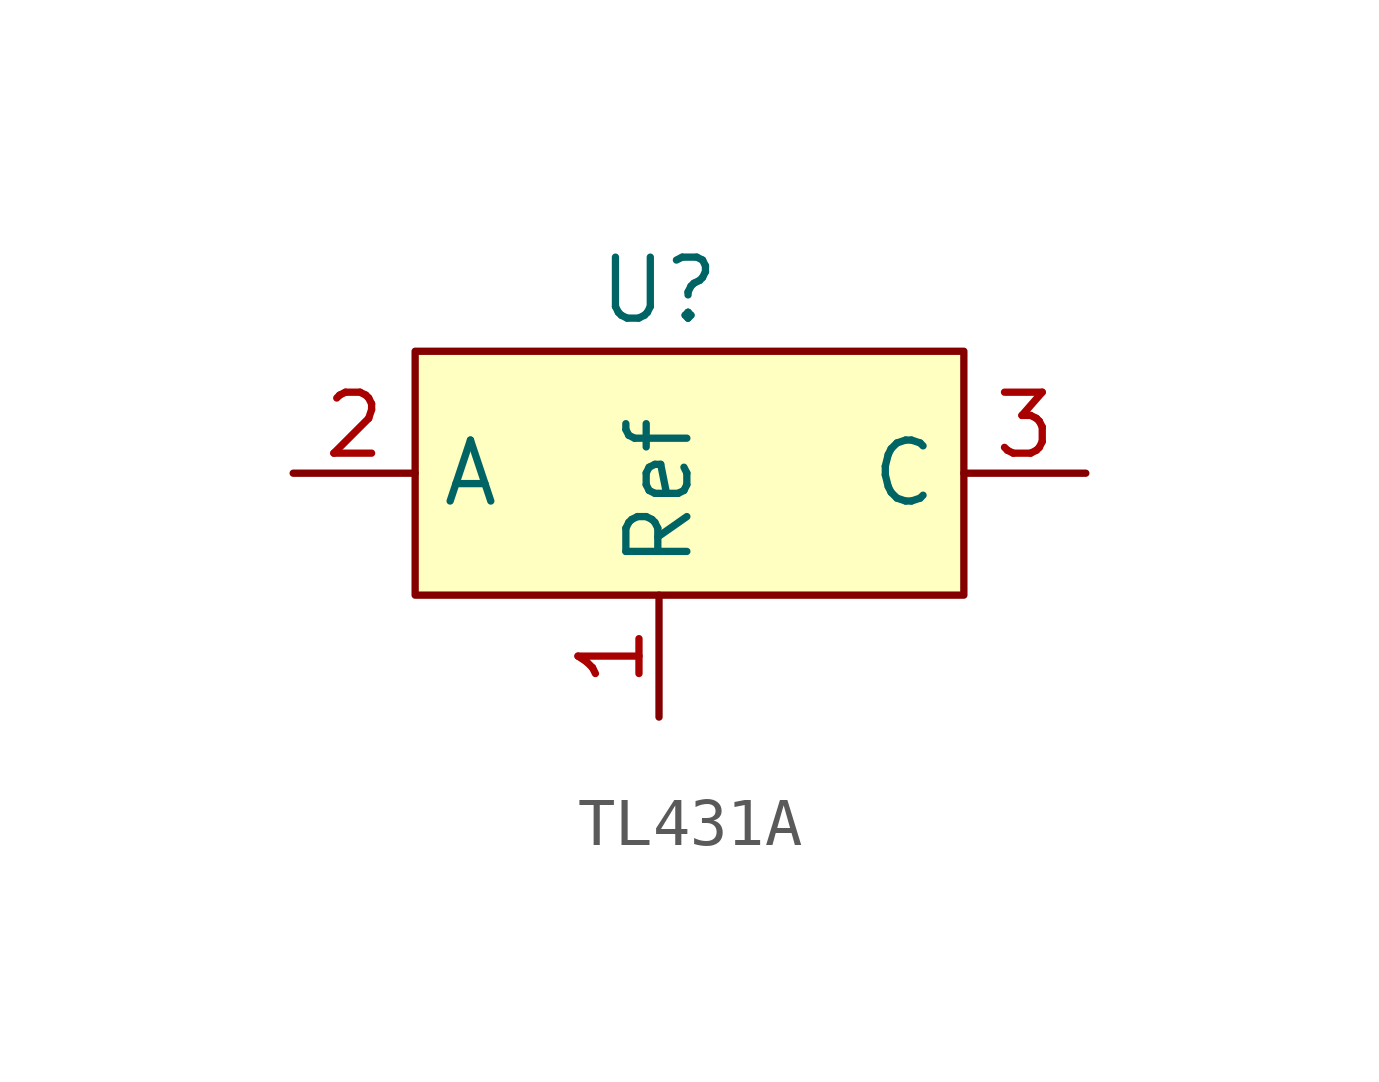
<source format=kicad_sym>
(kicad_symbol_lib
  (version 20220914)
  (generator kicad_symbol_editor)
  (symbol "TL431A"
    (property "Reference" "U"
      (at 0 0 0)
      (effects (font (size 1.27 1.27))))
    (property "Value" ""
      (at 0 0 0)
      (effects (font (size 1.27 1.27))))
    (symbol "TL431A_1_1"
      (rectangle (start -5.08 -1.27) (end 6.35 -6.35) (stroke (width 0) (type default)) (fill (type background)))
      (pin passive line (at 0 -8.89 90) (length 2.54) (name "Ref" (effects (font (size 1.27 1.27)))) (number "1" (effects (font (size 1.27 1.27)))))
      (pin passive line (at -7.62 -3.81 0) (length 2.54) (name "A" (effects (font (size 1.27 1.27)))) (number "2" (effects (font (size 1.27 1.27)))))
      (pin passive line (at 8.89 -3.81 180) (length 2.54) (name "C" (effects (font (size 1.27 1.27)))) (number "3" (effects (font (size 1.27 1.27))))))))
</source>
